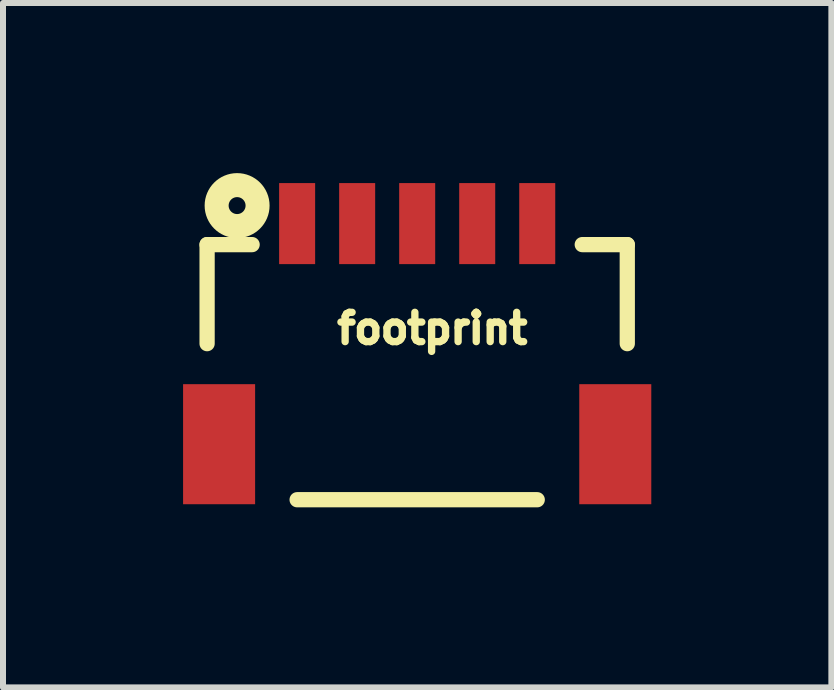
<source format=kicad_pcb>
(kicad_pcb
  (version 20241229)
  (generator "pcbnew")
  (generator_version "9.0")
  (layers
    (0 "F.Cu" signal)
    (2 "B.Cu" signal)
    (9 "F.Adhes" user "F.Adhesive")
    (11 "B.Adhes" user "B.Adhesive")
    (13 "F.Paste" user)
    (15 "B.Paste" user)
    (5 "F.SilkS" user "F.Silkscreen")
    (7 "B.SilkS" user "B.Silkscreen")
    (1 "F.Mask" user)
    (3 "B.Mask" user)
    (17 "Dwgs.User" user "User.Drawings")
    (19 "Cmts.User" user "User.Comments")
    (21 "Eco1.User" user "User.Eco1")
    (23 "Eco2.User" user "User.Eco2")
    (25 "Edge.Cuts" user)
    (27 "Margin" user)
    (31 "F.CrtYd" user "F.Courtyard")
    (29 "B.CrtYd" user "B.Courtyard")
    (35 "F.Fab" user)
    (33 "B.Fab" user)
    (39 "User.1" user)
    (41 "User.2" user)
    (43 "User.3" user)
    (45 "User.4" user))
  (footprint "footprint"
    (layer "F.Cu")
    (at 3.9 0.675)
    (property "Reference" "footprint" (at -1.397 2.032 0) (layer "F.SilkS") (effects (font (size 0.488 0.488) (thickness 0.122)) (justify left bottom)))
    (fp_line (start -3.5 0.35) (end -2.75 0.35) (stroke (width 0.254) (type solid)) (layer "F.SilkS"))
    (fp_line (start -3.5 2) (end -3.5 0.35) (stroke (width 0.254) (type solid)) (layer "F.SilkS"))
    (fp_line (start -2 4.6) (end 2 4.6) (stroke (width 0.254) (type solid)) (layer "F.SilkS"))
    (fp_line (start 2.75 0.35) (end 3.5 0.35) (stroke (width 0.254) (type solid)) (layer "F.SilkS"))
    (fp_line (start 3.5 0.35) (end 3.5 2) (stroke (width 0.254) (type solid)) (layer "F.SilkS"))
    (fp_circle (center -3 -0.3) (end -2.859 -0.3) (stroke (width 0.4) (type solid)) (fill no) (layer "F.SilkS"))
    (pad "1" smd rect (at -2 0) (size 0.6 1.35) (layers "F.Cu" "F.Mask" "F.Paste"))
    (pad "2" smd rect (at -1 0) (size 0.6 1.35) (layers "F.Cu" "F.Mask" "F.Paste"))
    (pad "3" smd rect (at 0 0) (size 0.6 1.35) (layers "F.Cu" "F.Mask" "F.Paste"))
    (pad "4" smd rect (at 1 0) (size 0.6 1.35) (layers "F.Cu" "F.Mask" "F.Paste"))
    (pad "5" smd rect (at 2 0) (size 0.6 1.35) (layers "F.Cu" "F.Mask" "F.Paste"))
    (pad "NC1" smd rect (at 3.3 3.675) (size 1.2 2) (layers "F.Cu" "F.Mask" "F.Paste"))
    (pad "NC2" smd rect (at -3.3 3.675) (size 1.2 2) (layers "F.Cu" "F.Mask" "F.Paste")))
  (gr_rect
    (start -3 -3)
    (end 10.8 8.402)
    (stroke (width 0.1) (type default))
    (fill no)
    (layer "Edge.Cuts")))
</source>
